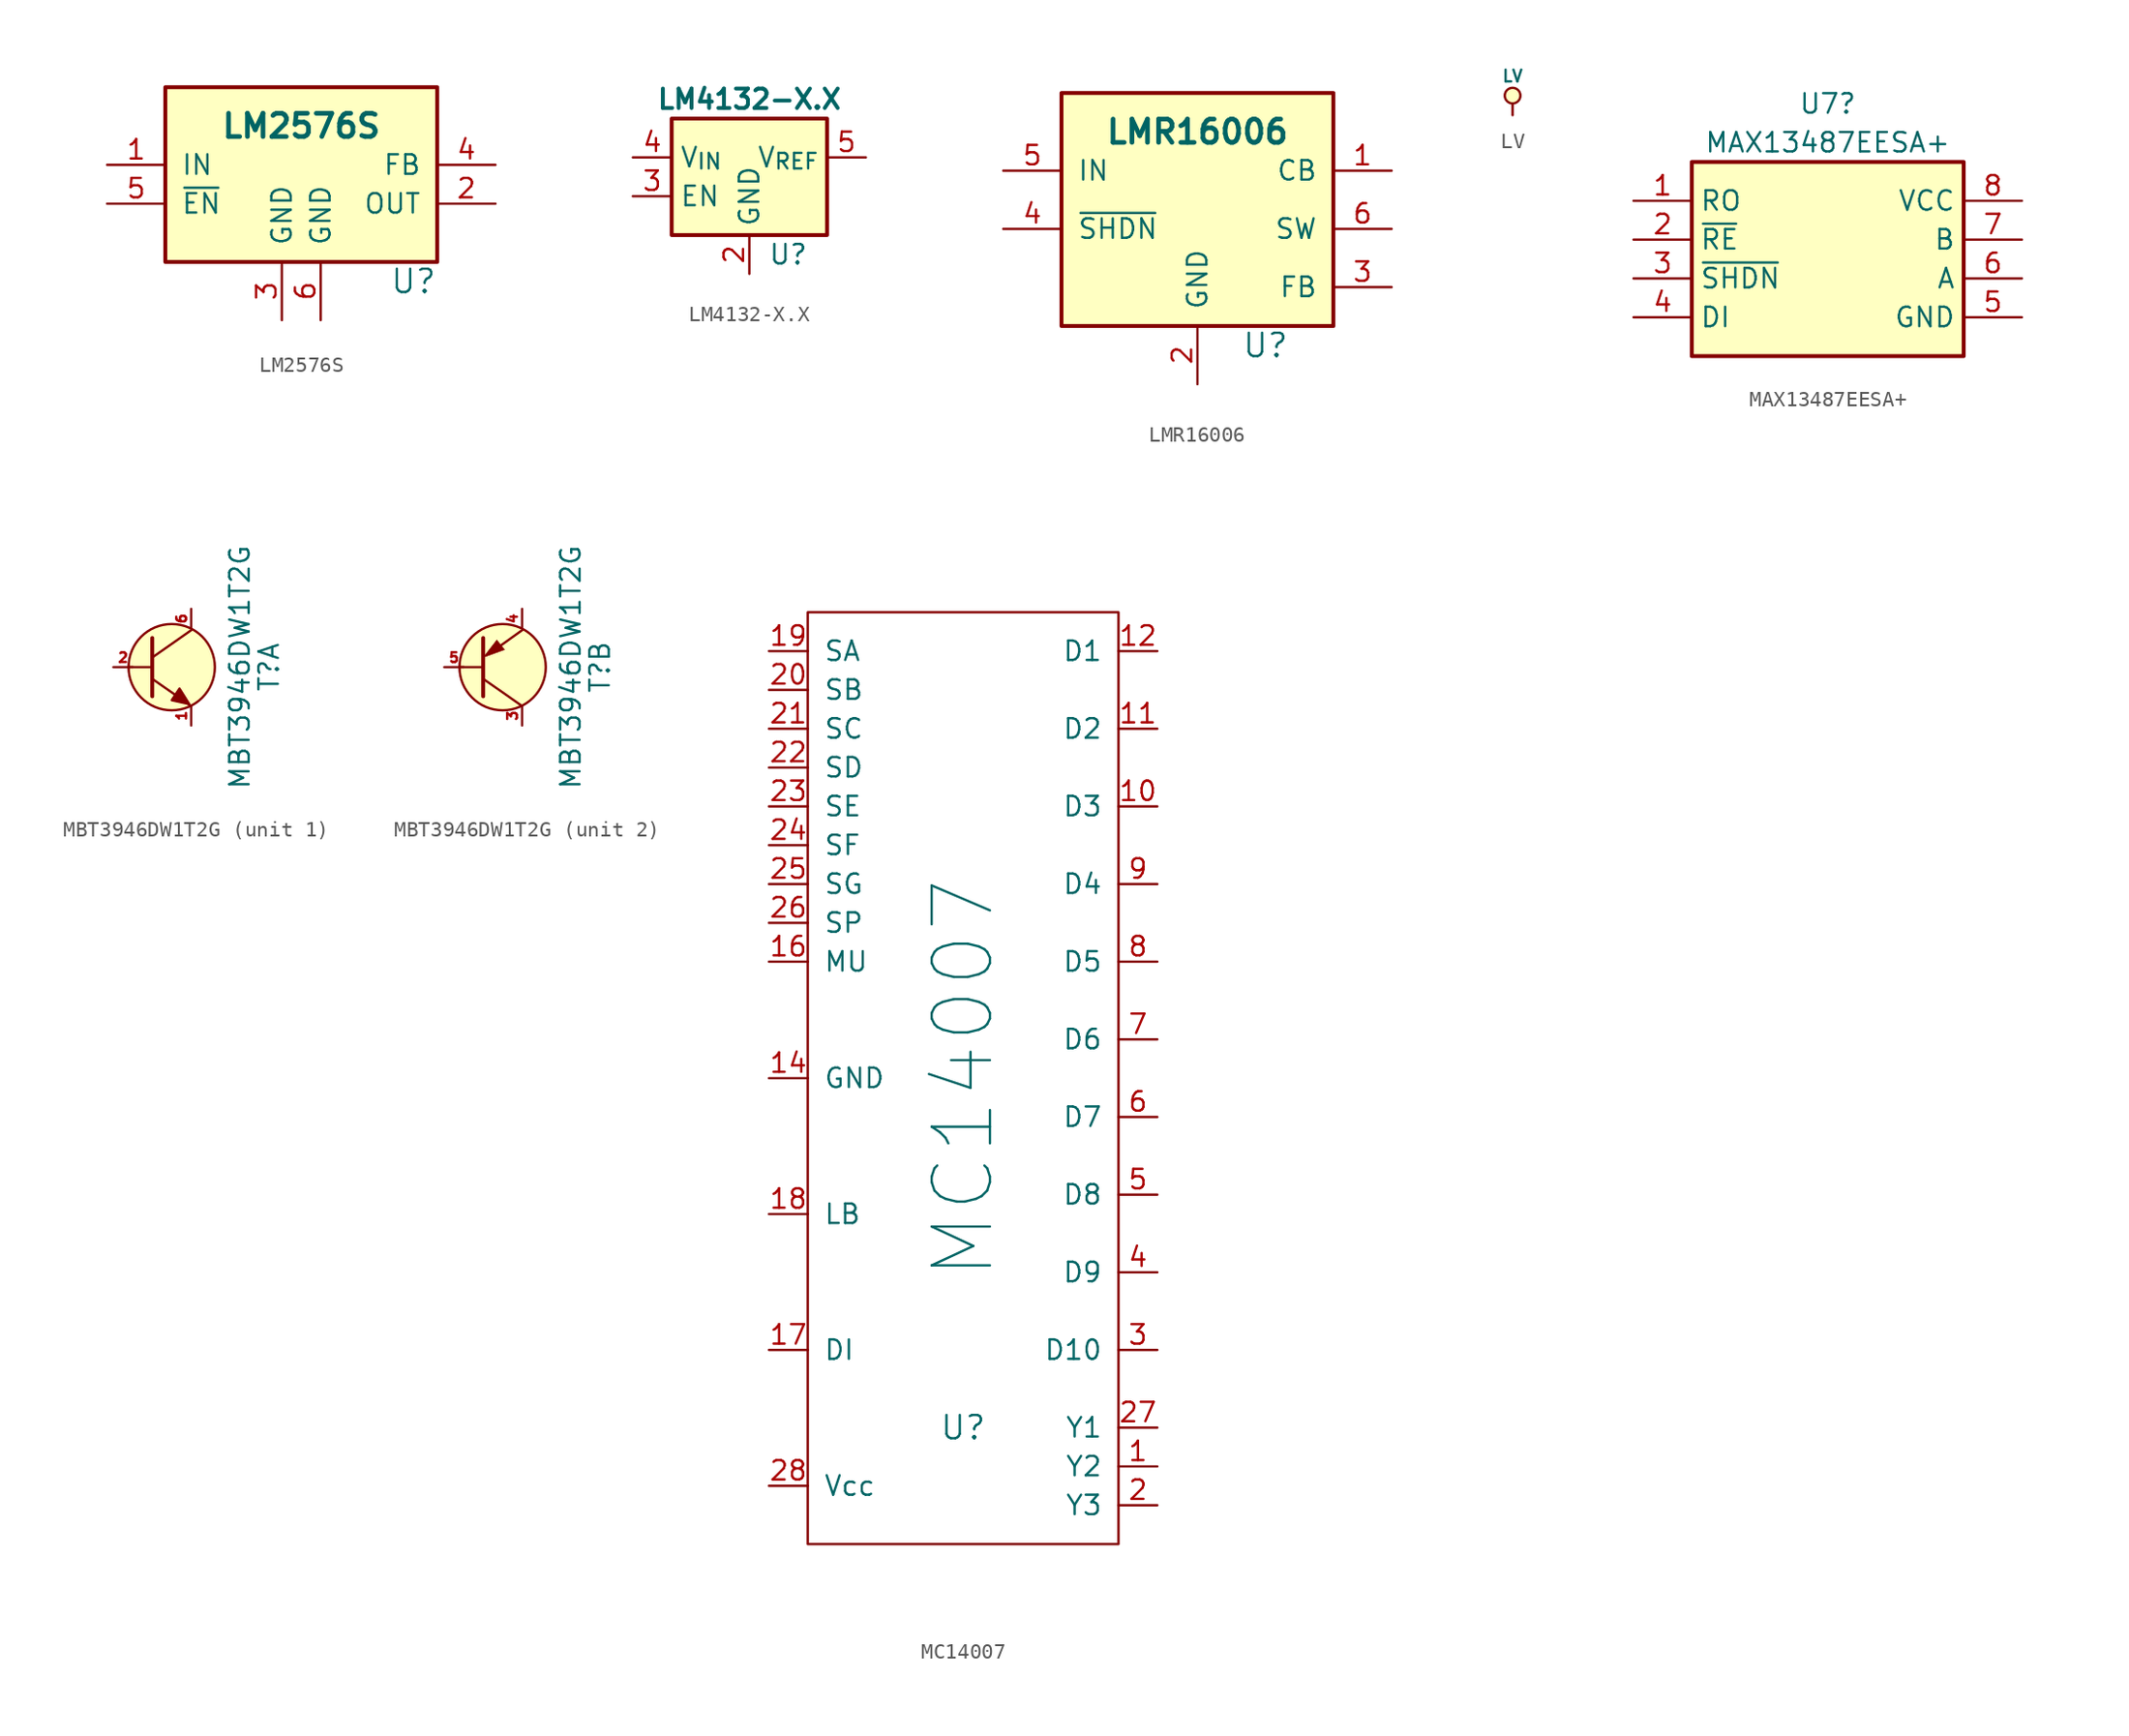
<source format=kicad_sym>
(kicad_symbol_lib
  (version 20231120)
  (generator "kicad_symbol_editor")
  (generator_version "8.0")
  (symbol "LM2576S"
    (pin_names
      (offset 1.016))
    (property "Reference" "U"
      (at 8.89 -7.62 0)
      (effects (font (size 1.524 1.524)) (justify right)))
    (property "Value" "LM2576S"
      (at 0 2.54 0)
      (effects (font (size 1.524 1.524) (bold yes))))
    (property "Datasheet" ""
      (at 0 0 0)
      (effects (font (size 1.524 1.524))))
    (symbol "LM2576S_0_1"
      (rectangle (start -8.89 5.08) (end 8.89 -6.35) (stroke (width 0.254) (type default)) (fill (type background))))
    (symbol "LM2576S_1_1"
      (pin passive line (at -12.7 0 0) (length 3.81) (name "IN" (effects (font (size 1.27 1.27)))) (number "1" (effects (font (size 1.27 1.27)))))
      (pin passive line (at 12.7 -2.54 180) (length 3.81) (name "OUT" (effects (font (size 1.27 1.27)))) (number "2" (effects (font (size 1.27 1.27)))))
      (pin passive line (at -1.27 -10.16 90) (length 3.81) (name "GND" (effects (font (size 1.27 1.27)))) (number "3" (effects (font (size 1.27 1.27)))))
      (pin passive line (at 12.7 0 180) (length 3.81) (name "FB" (effects (font (size 1.27 1.27)))) (number "4" (effects (font (size 1.27 1.27)))))
      (pin passive line (at -12.7 -2.54 0) (length 3.81) (name "~{EN}" (effects (font (size 1.27 1.27)))) (number "5" (effects (font (size 1.27 1.27)))))
      (pin passive line (at 1.27 -10.16 90) (length 3.81) (name "GND" (effects (font (size 1.27 1.27)))) (number "6" (effects (font (size 1.27 1.27)))))))
  (symbol "LM4132-X.X"
    (property "Reference" "U"
      (at 2.54 -6.35 0)
      (effects (font (size 1.27 1.27))))
    (property "Value" "LM4132-X.X"
      (at 0 3.81 0)
      (effects (font (size 1.27 1.27) (bold yes))))
    (symbol "LM4132-X.X_0_1"
      (rectangle (start -5.08 2.54) (end 5.08 -5.08) (stroke (width 0.254) (type default)) (fill (type background))))
    (symbol "LM4132-X.X_1_1"
      (pin passive line (at 0 -7.62 90) (length 2.54) (name "GND" (effects (font (size 1.27 1.27)))) (number "2" (effects (font (size 1.27 1.27)))))
      (pin passive line (at -7.62 -2.54 0) (length 2.54) (name "EN" (effects (font (size 1.27 1.27)))) (number "3" (effects (font (size 1.27 1.27)))))
      (pin passive line (at -7.62 0 0) (length 2.54) (name "V_{IN}" (effects (font (size 1.27 1.27)))) (number "4" (effects (font (size 1.27 1.27)))))
      (pin passive line (at 7.62 0 180) (length 2.54) (name "V_{REF}" (effects (font (size 1.27 1.27)))) (number "5" (effects (font (size 1.27 1.27)))))))
  (symbol "LMR16006"
    (pin_names
      (offset 1.016))
    (property "Reference" "U"
      (at 4.445 -11.43 0)
      (effects (font (size 1.524 1.524))))
    (property "Value" "LMR16006"
      (at 0 2.54 0)
      (effects (font (size 1.524 1.524) (bold yes))))
    (property "Datasheet" ""
      (at 0 0 0)
      (effects (font (size 1.524 1.524))))
    (symbol "LMR16006_0_1"
      (rectangle (start -8.89 5.08) (end 8.89 -10.16) (stroke (width 0.254) (type default)) (fill (type background))))
    (symbol "LMR16006_1_1"
      (pin passive line (at 12.7 0 180) (length 3.81) (name "CB" (effects (font (size 1.27 1.27)))) (number "1" (effects (font (size 1.27 1.27)))))
      (pin passive line (at 0 -13.97 90) (length 3.81) (name "GND" (effects (font (size 1.27 1.27)))) (number "2" (effects (font (size 1.27 1.27)))))
      (pin passive line (at 12.7 -7.62 180) (length 3.81) (name "FB" (effects (font (size 1.27 1.27)))) (number "3" (effects (font (size 1.27 1.27)))))
      (pin passive line (at -12.7 -3.81 0) (length 3.81) (name "~{SHDN}" (effects (font (size 1.27 1.27)))) (number "4" (effects (font (size 1.27 1.27)))))
      (pin passive line (at -12.7 0 0) (length 3.81) (name "IN" (effects (font (size 1.27 1.27)))) (number "5" (effects (font (size 1.27 1.27)))))
      (pin passive line (at 12.7 -3.81 180) (length 3.81) (name "SW" (effects (font (size 1.27 1.27)))) (number "6" (effects (font (size 1.27 1.27)))))))
  (symbol "LV"
    (power)
    (pin_names
      (offset 0))
    (property "Reference" "#PWR"
      (at 0 2.54 0)
      (effects (font (size 0.762 0.762)) (hide yes)))
    (property "Value" "LV"
      (at 0 2.54 0)
      (effects (font (size 0.762 0.762))))
    (property "Footprint" ""
      (at 0 0 0)
      (effects (font (size 1.524 1.524))))
    (property "Datasheet" ""
      (at 0 0 0)
      (effects (font (size 1.524 1.524))))
    (symbol "LV_0_0"
      (pin power_in line (at 0 0 90) (length 0) hide (name "LV" (effects (font (size 0.508 0.508)))) (number "1" (effects (font (size 0.508 0.508))))))
    (symbol "LV_0_1"
      (polyline (pts (xy 0 0) (xy 0 0.762) (xy 0 0.762)) (stroke (width 0) (type default)) (fill (type none)))
      (circle (center 0 1.27) (radius 0.508) (stroke (width 0) (type default)) (fill (type background)))))
  (symbol "MAX13487EESA+"
    (property "Reference" "U7"
      (at 0 10.16 0)
      (effects (font (size 1.27 1.27))))
    (property "Value" "MAX13487EESA+"
      (at 0 7.62 0)
      (effects (font (size 1.27 1.27))))
    (symbol "MAX13487EESA+_1_1"
      (rectangle (start -8.89 6.35) (end 8.89 -6.35) (stroke (width 0.254) (type default)) (fill (type background)))
      (pin passive line (at -12.7 3.81 0) (length 3.81) (name "RO" (effects (font (size 1.27 1.27)))) (number "1" (effects (font (size 1.27 1.27)))))
      (pin passive line (at -12.7 1.27 0) (length 3.81) (name "~{RE}" (effects (font (size 1.27 1.27)))) (number "2" (effects (font (size 1.27 1.27)))))
      (pin passive line (at -12.7 -1.27 0) (length 3.81) (name "~{SHDN}" (effects (font (size 1.27 1.27)))) (number "3" (effects (font (size 1.27 1.27)))))
      (pin passive line (at -12.7 -3.81 0) (length 3.81) (name "DI" (effects (font (size 1.27 1.27)))) (number "4" (effects (font (size 1.27 1.27)))))
      (pin passive line (at 12.7 -3.81 180) (length 3.81) (name "GND" (effects (font (size 1.27 1.27)))) (number "5" (effects (font (size 1.27 1.27)))))
      (pin passive line (at 12.7 -1.27 180) (length 3.81) (name "A" (effects (font (size 1.27 1.27)))) (number "6" (effects (font (size 1.27 1.27)))))
      (pin passive line (at 12.7 1.27 180) (length 3.81) (name "B" (effects (font (size 1.27 1.27)))) (number "7" (effects (font (size 1.27 1.27)))))
      (pin passive line (at 12.7 3.81 180) (length 3.81) (name "VCC" (effects (font (size 1.27 1.27)))) (number "8" (effects (font (size 1.27 1.27)))))))
  (symbol "MBT3946DW1T2G"
    (pin_names
      (offset 0))
    (property "Reference" "T"
      (at 7.62 0 90)
      (effects (font (size 1.27 1.27))))
    (property "Value" "MBT3946DW1T2G"
      (at 5.715 0 90)
      (effects (font (size 1.27 1.27))))
    (symbol "MBT3946DW1T2G_0_1"
      (polyline (pts (xy 0 0) (xy -1.524 0) (xy -1.524 0)) (stroke (width 0) (type default)) (fill (type none)))
      (polyline (pts (xy 0 1.905) (xy 0 -1.905) (xy 0 -1.905)) (stroke (width 0.254) (type default)) (fill (type none)))
      (circle (center 1.27 0) (radius 2.819) (stroke (width 0) (type default)) (fill (type background))))
    (symbol "MBT3946DW1T2G_1_1"
      (polyline (pts (xy 2.54 -2.54) (xy 0 -0.762) (xy 0 -0.762)) (stroke (width 0) (type default)) (fill (type none)))
      (polyline (pts (xy 2.54 2.413) (xy 0 0.635) (xy 0 0.508)) (stroke (width 0) (type default)) (fill (type none)))
      (polyline (pts (xy 1.27 -2.159) (xy 2.413 -2.413) (xy 1.778 -1.397) (xy 1.27 -2.159) (xy 1.27 -2.159)) (stroke (width 0) (type default)) (fill (type outline)))
      (pin passive line (at 2.54 -3.81 90) (length 1.27) (name "~" (effects (font (size 0.635 0.635)))) (number "1" (effects (font (size 0.635 0.635)))))
      (pin passive line (at -2.54 0 0) (length 1.27) (name "~" (effects (font (size 0.635 0.635)))) (number "2" (effects (font (size 0.635 0.635)))))
      (pin passive line (at 2.54 3.81 270) (length 1.27) (name "~" (effects (font (size 0.635 0.635)))) (number "6" (effects (font (size 0.635 0.635))))))
    (symbol "MBT3946DW1T2G_2_1"
      (polyline (pts (xy 2.54 -2.54) (xy 0 -0.762) (xy 0 -0.762)) (stroke (width 0) (type default)) (fill (type none)))
      (polyline (pts (xy 2.54 2.413) (xy 0.762 1.143) (xy 0.762 1.143)) (stroke (width 0) (type default)) (fill (type none)))
      (polyline (pts (xy 0 0.635) (xy 1.397 1.143) (xy 0.889 1.778) (xy 0 0.635) (xy 0 0.635)) (stroke (width 0.025) (type default)) (fill (type outline)))
      (pin passive line (at 2.54 -3.81 90) (length 1.27) (name "~" (effects (font (size 0.635 0.635)))) (number "3" (effects (font (size 0.635 0.635)))))
      (pin passive line (at 2.54 3.81 270) (length 1.27) (name "~" (effects (font (size 0.635 0.635)))) (number "4" (effects (font (size 0.635 0.635)))))
      (pin passive line (at -2.54 0 0) (length 1.27) (name "~" (effects (font (size 0.635 0.635)))) (number "5" (effects (font (size 0.635 0.635)))))))
  (symbol "MC14007"
    (pin_names
      (offset 1.016))
    (property "Reference" "U"
      (at 0 -22.86 0)
      (effects (font (size 1.524 1.524))))
    (property "Value" "MC14007"
      (at 0 0 90)
      (effects (font (size 3.81 3.81))))
    (property "Footprint" ""
      (at 0 0 0)
      (effects (font (size 1.524 1.524))))
    (property "Datasheet" ""
      (at 0 0 0)
      (effects (font (size 1.524 1.524))))
    (symbol "MC14007_0_1"
      (rectangle (start -10.16 30.48) (end 10.16 -30.48) (stroke (width 0) (type default)) (fill (type none))))
    (symbol "MC14007_1_1"
      (pin input line (at 12.7 -25.4 180) (length 2.54) (name "Y2" (effects (font (size 1.27 1.27)))) (number "1" (effects (font (size 1.27 1.27)))))
      (pin input line (at 12.7 17.78 180) (length 2.54) (name "D3" (effects (font (size 1.27 1.27)))) (number "10" (effects (font (size 1.27 1.27)))))
      (pin input line (at 12.7 22.86 180) (length 2.54) (name "D2" (effects (font (size 1.27 1.27)))) (number "11" (effects (font (size 1.27 1.27)))))
      (pin input line (at 12.7 27.94 180) (length 2.54) (name "D1" (effects (font (size 1.27 1.27)))) (number "12" (effects (font (size 1.27 1.27)))))
      (pin power_in line (at -12.7 0 0) (length 2.54) (name "GND" (effects (font (size 1.27 1.27)))) (number "14" (effects (font (size 1.27 1.27)))))
      (pin input line (at -12.7 7.62 0) (length 2.54) (name "MU" (effects (font (size 1.27 1.27)))) (number "16" (effects (font (size 1.27 1.27)))))
      (pin passive line (at -12.7 -17.78 0) (length 2.54) (name "DI" (effects (font (size 1.27 1.27)))) (number "17" (effects (font (size 1.27 1.27)))))
      (pin passive line (at -12.7 -8.89 0) (length 2.54) (name "LB" (effects (font (size 1.27 1.27)))) (number "18" (effects (font (size 1.27 1.27)))))
      (pin input line (at -12.7 27.94 0) (length 2.54) (name "SA" (effects (font (size 1.27 1.27)))) (number "19" (effects (font (size 1.27 1.27)))))
      (pin input line (at 12.7 -27.94 180) (length 2.54) (name "Y3" (effects (font (size 1.27 1.27)))) (number "2" (effects (font (size 1.27 1.27)))))
      (pin input line (at -12.7 25.4 0) (length 2.54) (name "SB" (effects (font (size 1.27 1.27)))) (number "20" (effects (font (size 1.27 1.27)))))
      (pin input line (at -12.7 22.86 0) (length 2.54) (name "SC" (effects (font (size 1.27 1.27)))) (number "21" (effects (font (size 1.27 1.27)))))
      (pin input line (at -12.7 20.32 0) (length 2.54) (name "SD" (effects (font (size 1.27 1.27)))) (number "22" (effects (font (size 1.27 1.27)))))
      (pin input line (at -12.7 17.78 0) (length 2.54) (name "SE" (effects (font (size 1.27 1.27)))) (number "23" (effects (font (size 1.27 1.27)))))
      (pin input line (at -12.7 15.24 0) (length 2.54) (name "SF" (effects (font (size 1.27 1.27)))) (number "24" (effects (font (size 1.27 1.27)))))
      (pin input line (at -12.7 12.7 0) (length 2.54) (name "SG" (effects (font (size 1.27 1.27)))) (number "25" (effects (font (size 1.27 1.27)))))
      (pin input line (at -12.7 10.16 0) (length 2.54) (name "SP" (effects (font (size 1.27 1.27)))) (number "26" (effects (font (size 1.27 1.27)))))
      (pin input line (at 12.7 -22.86 180) (length 2.54) (name "Y1" (effects (font (size 1.27 1.27)))) (number "27" (effects (font (size 1.27 1.27)))))
      (pin power_in line (at -12.7 -26.67 0) (length 2.54) (name "Vcc" (effects (font (size 1.27 1.27)))) (number "28" (effects (font (size 1.27 1.27)))))
      (pin input line (at 12.7 -17.78 180) (length 2.54) (name "D10" (effects (font (size 1.27 1.27)))) (number "3" (effects (font (size 1.27 1.27)))))
      (pin input line (at 12.7 -12.7 180) (length 2.54) (name "D9" (effects (font (size 1.27 1.27)))) (number "4" (effects (font (size 1.27 1.27)))))
      (pin input line (at 12.7 -7.62 180) (length 2.54) (name "D8" (effects (font (size 1.27 1.27)))) (number "5" (effects (font (size 1.27 1.27)))))
      (pin input line (at 12.7 -2.54 180) (length 2.54) (name "D7" (effects (font (size 1.27 1.27)))) (number "6" (effects (font (size 1.27 1.27)))))
      (pin input line (at 12.7 2.54 180) (length 2.54) (name "D6" (effects (font (size 1.27 1.27)))) (number "7" (effects (font (size 1.27 1.27)))))
      (pin input line (at 12.7 7.62 180) (length 2.54) (name "D5" (effects (font (size 1.27 1.27)))) (number "8" (effects (font (size 1.27 1.27)))))
      (pin input line (at 12.7 12.7 180) (length 2.54) (name "D4" (effects (font (size 1.27 1.27)))) (number "9" (effects (font (size 1.27 1.27))))))))
</source>
